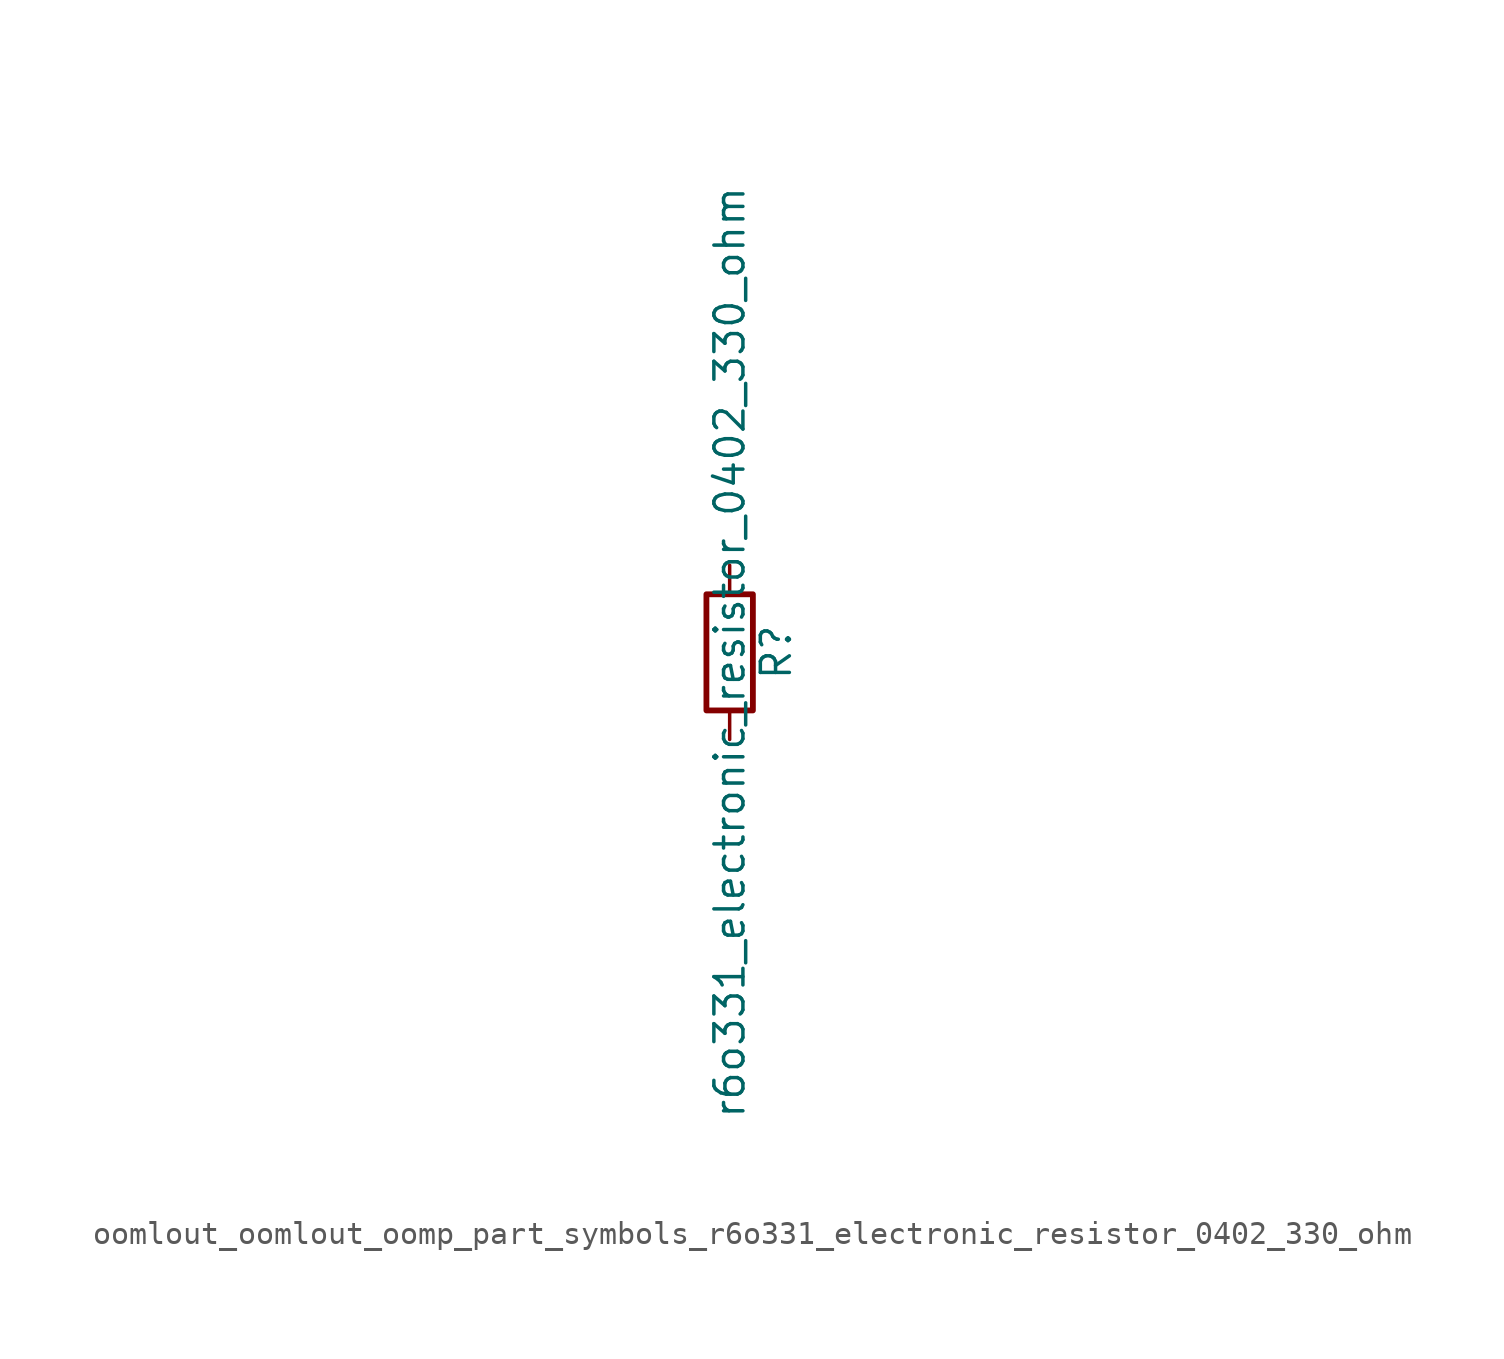
<source format=kicad_sym>
(kicad_symbol_lib
  (version 20220914)
  (generator kicad_symbol_editor)
  (symbol "oomlout_oomlout_oomp_part_symbols_r6o331_electronic_resistor_0402_330_ohm"
    (pin_numbers hide)
    (pin_names
      (offset 0))
    (property "Reference" "R"
      (at 2.032 0 90)
      (effects (font (size 1.27 1.27))))
    (property "Value" "r6o331_electronic_resistor_0402_330_ohm"
      (at 0 0 90)
      (effects (font (size 1.27 1.27))))
    (symbol "oomlout_oomlout_oomp_part_symbols_r6o331_electronic_resistor_0402_330_ohm_0_1"
      (rectangle (start -1.016 -2.54) (end 1.016 2.54) (stroke (width 0.254) (type default)) (fill (type none))))
    (symbol "oomlout_oomlout_oomp_part_symbols_r6o331_electronic_resistor_0402_330_ohm_1_1"
      (pin passive line (at 0 3.81 270) (length 1.27) (name "~" (effects (font (size 1.27 1.27)))) (number "1" (effects (font (size 1.27 1.27)))))
      (pin passive line (at 0 -3.81 90) (length 1.27) (name "~" (effects (font (size 1.27 1.27)))) (number "2" (effects (font (size 1.27 1.27))))))))
</source>
